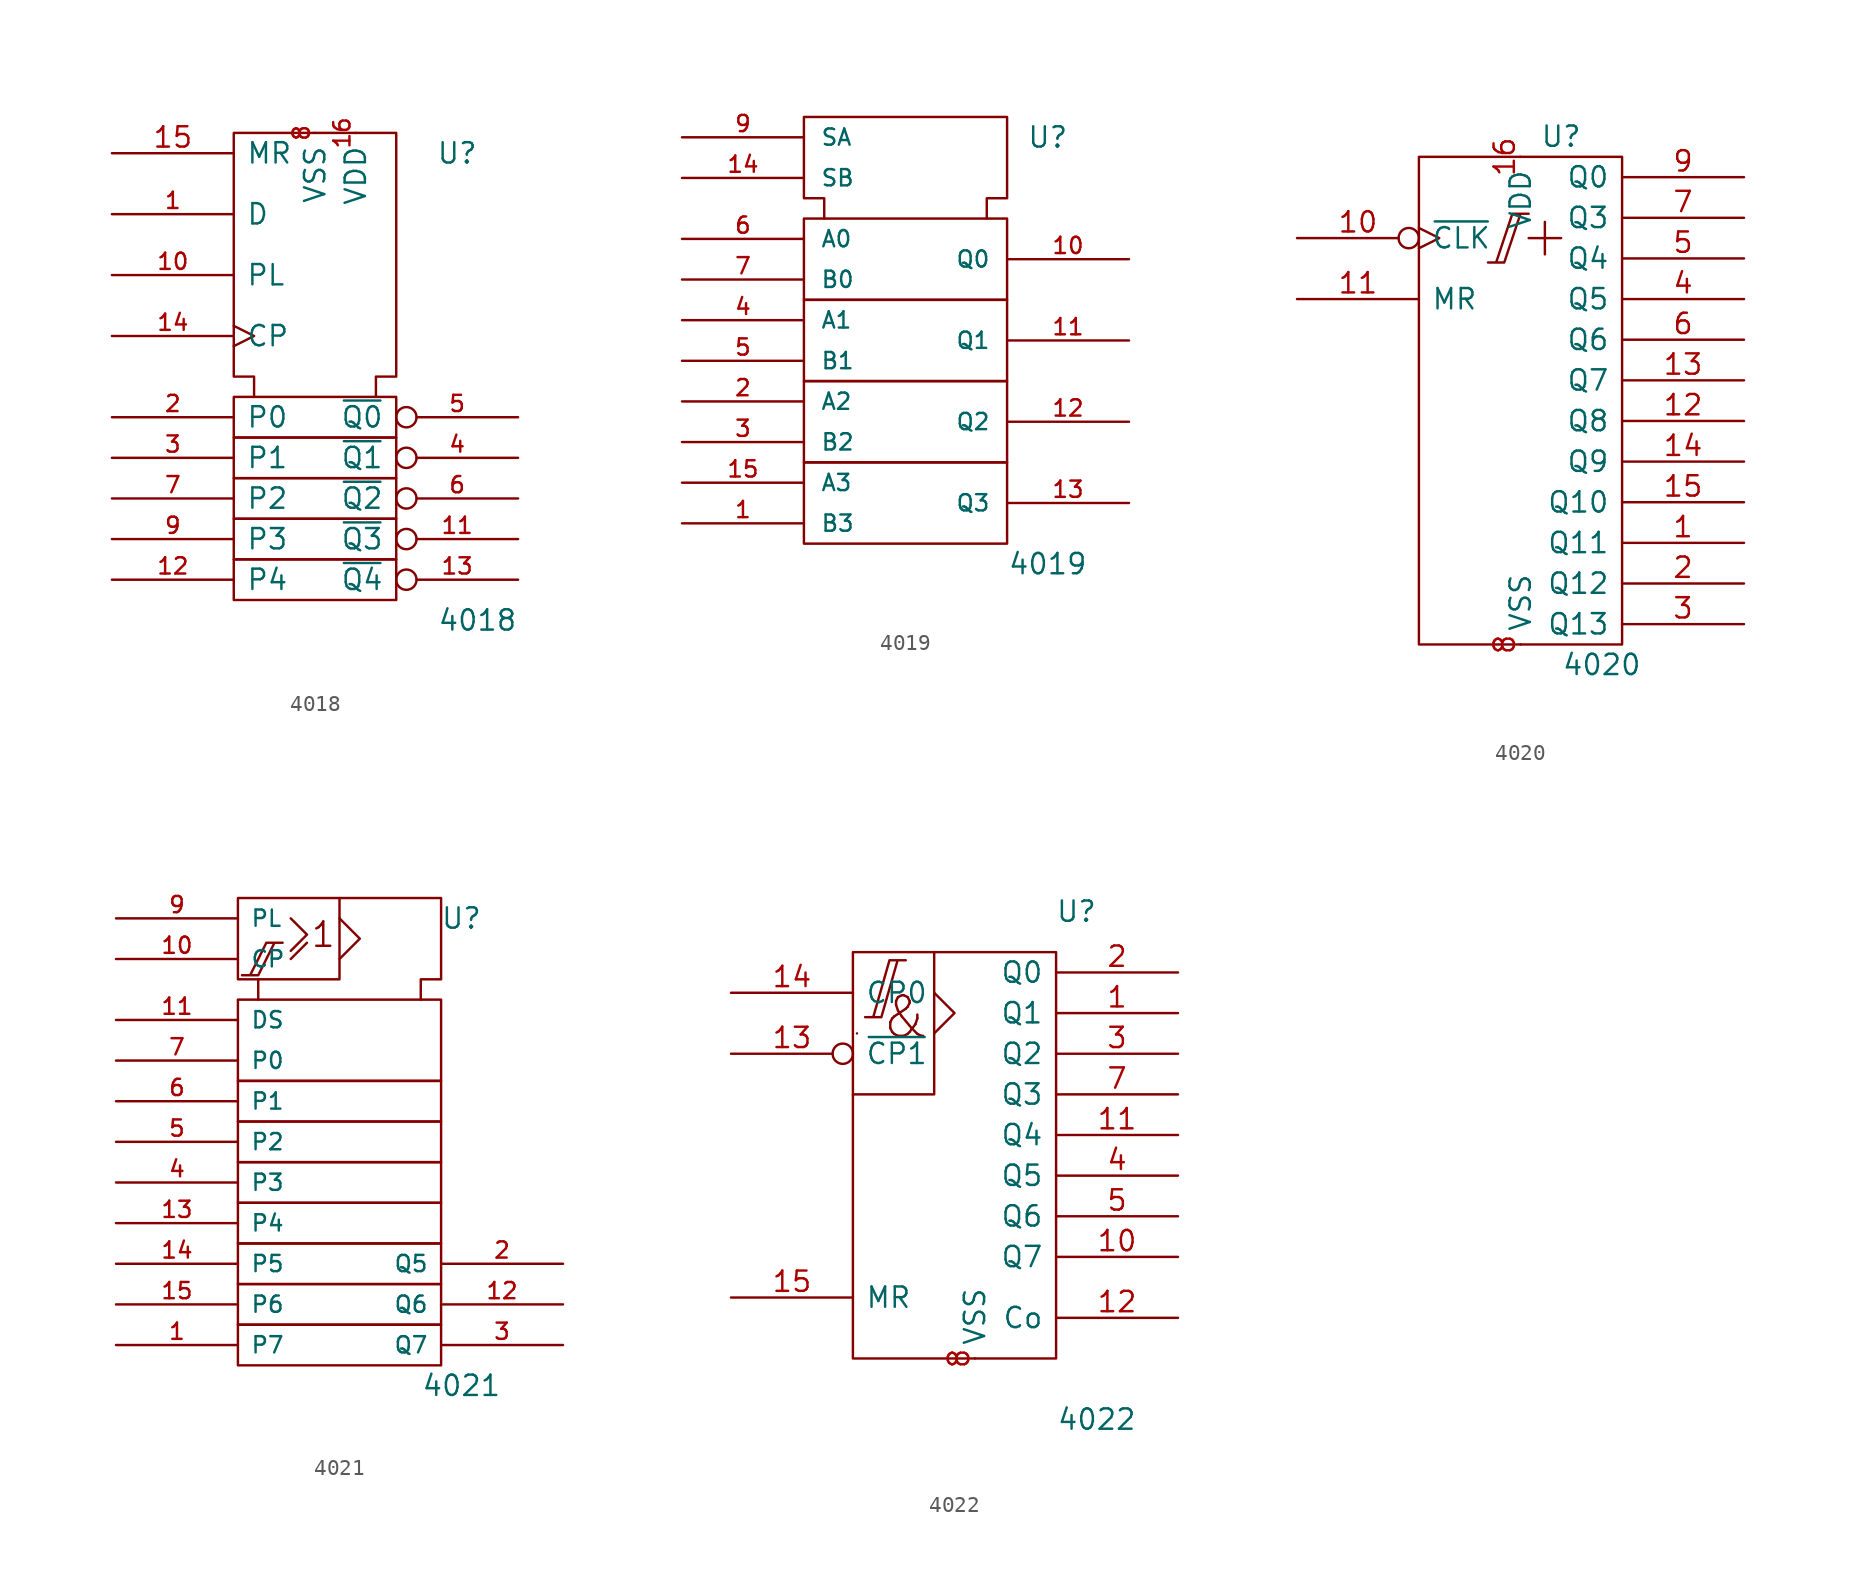
<source format=kicad_sym>
(kicad_symbol_lib
  (version 20201005)
  (generator kicad_symbol_editor)
  (symbol "4018"
    (pin_names
      (offset 0.762))
    (property "Reference" "U"
      (at 8.89 11.43 0)
      (effects (font (size 1.27 1.27))))
    (property "Value" "4018"
      (at 10.16 -17.78 0)
      (effects (font (size 1.27 1.27))))
    (symbol "4018_0_1"
      (rectangle (start -5.08 -13.97) (end 5.08 -16.51) (stroke (width 0)) (fill (type none)))
      (rectangle (start -5.08 -11.43) (end 5.08 -13.97) (stroke (width 0)) (fill (type none)))
      (rectangle (start -5.08 -8.89) (end 5.08 -11.43) (stroke (width 0)) (fill (type none)))
      (rectangle (start -5.08 -6.35) (end 5.08 -8.89) (stroke (width 0)) (fill (type none)))
      (rectangle (start -5.08 -3.81) (end 5.08 -6.35) (stroke (width 0)) (fill (type none)))
      (polyline (pts (xy -3.81 -3.81) (xy -3.81 -2.54) (xy -5.08 -2.54) (xy -5.08 12.7) (xy 5.08 12.7) (xy 5.08 -2.54) (xy 3.81 -2.54) (xy 3.81 -3.81) (xy 3.81 -3.81)) (stroke (width 0)) (fill (type none))))
    (symbol "4018_1_1"
      (pin input line (at -12.7 7.62 0) (length 7.62) (name "D" (effects (font (size 1.27 1.27)))) (number "1" (effects (font (size 1.016 1.016)))))
      (pin input line (at -12.7 3.81 0) (length 7.62) (name "PL" (effects (font (size 1.27 1.27)))) (number "10" (effects (font (size 1.016 1.016)))))
      (pin output inverted (at 12.7 -12.7 180) (length 7.62) (name "~Q3" (effects (font (size 1.27 1.27)))) (number "11" (effects (font (size 1.016 1.016)))))
      (pin input line (at -12.7 -15.24 0) (length 7.62) (name "P4" (effects (font (size 1.27 1.27)))) (number "12" (effects (font (size 1.016 1.016)))))
      (pin output inverted (at 12.7 -15.24 180) (length 7.62) (name "~Q4" (effects (font (size 1.27 1.27)))) (number "13" (effects (font (size 1.016 1.016)))))
      (pin input clock (at -12.7 0 0) (length 7.62) (name "CP" (effects (font (size 1.27 1.27)))) (number "14" (effects (font (size 1.016 1.016)))))
      (pin input line (at -12.7 11.43 0) (length 7.62) (name "MR" (effects (font (size 1.27 1.27)))) (number "15" (effects (font (size 1.27 1.27)))))
      (pin power_in line (at 2.54 12.7 270) (length 0) (name "VDD" (effects (font (size 1.27 1.27)))) (number "16" (effects (font (size 1.016 1.016)))))
      (pin input line (at -12.7 -5.08 0) (length 7.62) (name "P0" (effects (font (size 1.27 1.27)))) (number "2" (effects (font (size 1.016 1.016)))))
      (pin input line (at -12.7 -7.62 0) (length 7.62) (name "P1" (effects (font (size 1.27 1.27)))) (number "3" (effects (font (size 1.016 1.016)))))
      (pin output inverted (at 12.7 -7.62 180) (length 7.62) (name "~Q1" (effects (font (size 1.27 1.27)))) (number "4" (effects (font (size 1.016 1.016)))))
      (pin output inverted (at 12.7 -5.08 180) (length 7.62) (name "~Q0" (effects (font (size 1.27 1.27)))) (number "5" (effects (font (size 1.016 1.016)))))
      (pin output inverted (at 12.7 -10.16 180) (length 7.62) (name "~Q2" (effects (font (size 1.27 1.27)))) (number "6" (effects (font (size 1.016 1.016)))))
      (pin input line (at -12.7 -10.16 0) (length 7.62) (name "P2" (effects (font (size 1.27 1.27)))) (number "7" (effects (font (size 1.016 1.016)))))
      (pin power_in line (at 0 12.7 270) (length 0) (name "VSS" (effects (font (size 1.27 1.27)))) (number "8" (effects (font (size 1.016 1.016)))))
      (pin input line (at -12.7 -12.7 0) (length 7.62) (name "P3" (effects (font (size 1.27 1.27)))) (number "9" (effects (font (size 1.016 1.016)))))))
  (symbol "4019"
    (pin_names
      (offset 1.016))
    (property "Reference" "U"
      (at 8.89 10.16 0)
      (effects (font (size 1.27 1.27))))
    (property "Value" "4019"
      (at 8.89 -16.51 0)
      (effects (font (size 1.27 1.27))))
    (symbol "4019_0_1"
      (rectangle (start -6.35 -10.16) (end 6.35 -15.24) (stroke (width 0)) (fill (type none)))
      (rectangle (start -6.35 -5.08) (end 6.35 -10.16) (stroke (width 0)) (fill (type none)))
      (rectangle (start -6.35 0) (end 6.35 -5.08) (stroke (width 0)) (fill (type none)))
      (rectangle (start -6.35 0) (end 6.35 5.08) (stroke (width 0)) (fill (type none)))
      (polyline (pts (xy -5.08 5.08) (xy -5.08 6.35) (xy -6.35 6.35) (xy -6.35 11.43) (xy 6.35 11.43) (xy 6.35 6.35) (xy 5.08 6.35) (xy 5.08 5.08) (xy 5.08 5.08)) (stroke (width 0)) (fill (type none)))
      (pin power_in line (at 3.81 11.43 270) (length 0) hide (name "Vdd" (effects (font (size 1.016 1.016)))) (number "16" (effects (font (size 1.016 1.016)))))
      (pin power_in line (at 0 11.43 270) (length 0) hide (name "Vss" (effects (font (size 1.016 1.016)))) (number "8" (effects (font (size 1.016 1.016))))))
    (symbol "4019_1_1"
      (pin input line (at -13.97 -13.97 0) (length 7.62) (name "B3" (effects (font (size 1.016 1.016)))) (number "1" (effects (font (size 1.016 1.016)))))
      (pin output line (at 13.97 2.54 180) (length 7.62) (name "Q0" (effects (font (size 1.016 1.016)))) (number "10" (effects (font (size 1.016 1.016)))))
      (pin output line (at 13.97 -2.54 180) (length 7.62) (name "Q1" (effects (font (size 1.016 1.016)))) (number "11" (effects (font (size 1.016 1.016)))))
      (pin output line (at 13.97 -7.62 180) (length 7.62) (name "Q2" (effects (font (size 1.016 1.016)))) (number "12" (effects (font (size 1.016 1.016)))))
      (pin output line (at 13.97 -12.7 180) (length 7.62) (name "Q3" (effects (font (size 1.016 1.016)))) (number "13" (effects (font (size 1.016 1.016)))))
      (pin input line (at -13.97 7.62 0) (length 7.62) (name "SB" (effects (font (size 1.016 1.016)))) (number "14" (effects (font (size 1.016 1.016)))))
      (pin input line (at -13.97 -11.43 0) (length 7.62) (name "A3" (effects (font (size 1.016 1.016)))) (number "15" (effects (font (size 1.016 1.016)))))
      (pin input line (at -13.97 -6.35 0) (length 7.62) (name "A2" (effects (font (size 1.016 1.016)))) (number "2" (effects (font (size 1.016 1.016)))))
      (pin input line (at -13.97 -8.89 0) (length 7.62) (name "B2" (effects (font (size 1.016 1.016)))) (number "3" (effects (font (size 1.016 1.016)))))
      (pin input line (at -13.97 -1.27 0) (length 7.62) (name "A1" (effects (font (size 1.016 1.016)))) (number "4" (effects (font (size 1.016 1.016)))))
      (pin input line (at -13.97 -3.81 0) (length 7.62) (name "B1" (effects (font (size 1.016 1.016)))) (number "5" (effects (font (size 1.016 1.016)))))
      (pin input line (at -13.97 3.81 0) (length 7.62) (name "A0" (effects (font (size 1.016 1.016)))) (number "6" (effects (font (size 1.016 1.016)))))
      (pin input line (at -13.97 1.27 0) (length 7.62) (name "B0" (effects (font (size 1.016 1.016)))) (number "7" (effects (font (size 1.016 1.016)))))
      (pin input line (at -13.97 10.16 0) (length 7.62) (name "SA" (effects (font (size 1.016 1.016)))) (number "9" (effects (font (size 1.016 1.016)))))))
  (symbol "4020"
    (pin_names
      (offset 0.762))
    (property "Reference" "U"
      (at 2.54 16.51 0)
      (effects (font (size 1.27 1.27))))
    (property "Value" "4020"
      (at 5.08 -16.51 0)
      (effects (font (size 1.27 1.27))))
    (symbol "4020_0_0"
      (rectangle (start -6.35 15.24) (end 6.35 -15.24) (stroke (width 0)) (fill (type none)))
      (polyline (pts (xy 0.508 10.16) (xy 2.54 10.16) (xy 2.54 10.16)) (stroke (width 0)) (fill (type none)))
      (polyline (pts (xy 1.524 11.176) (xy 1.524 9.144) (xy 1.524 9.144)) (stroke (width 0)) (fill (type none)))
      (polyline (pts (xy -2.032 8.636) (xy -1.016 8.636) (xy 0 11.684) (xy 0.508 11.684) (xy -0.508 11.684) (xy -1.524 8.636) (xy -1.524 8.636)) (stroke (width 0)) (fill (type none)))
      (pin power_in line (at 0 15.24 270) (length 0) (name "VDD" (effects (font (size 1.27 1.27)))) (number "16" (effects (font (size 1.27 1.27)))))
      (pin power_in line (at 0 -15.24 90) (length 0) (name "VSS" (effects (font (size 1.27 1.27)))) (number "8" (effects (font (size 1.27 1.27))))))
    (symbol "4020_1_1"
      (pin output line (at 13.97 -8.89 180) (length 7.62) (name "Q11" (effects (font (size 1.27 1.27)))) (number "1" (effects (font (size 1.27 1.27)))))
      (pin input inverted_clock (at -13.97 10.16 0) (length 7.62) (name "~CLK" (effects (font (size 1.27 1.27)))) (number "10" (effects (font (size 1.27 1.27)))))
      (pin input line (at -13.97 6.35 0) (length 7.62) (name "MR" (effects (font (size 1.27 1.27)))) (number "11" (effects (font (size 1.27 1.27)))))
      (pin output line (at 13.97 -1.27 180) (length 7.62) (name "Q8" (effects (font (size 1.27 1.27)))) (number "12" (effects (font (size 1.27 1.27)))))
      (pin output line (at 13.97 1.27 180) (length 7.62) (name "Q7" (effects (font (size 1.27 1.27)))) (number "13" (effects (font (size 1.27 1.27)))))
      (pin output line (at 13.97 -3.81 180) (length 7.62) (name "Q9" (effects (font (size 1.27 1.27)))) (number "14" (effects (font (size 1.27 1.27)))))
      (pin output line (at 13.97 -6.35 180) (length 7.62) (name "Q10" (effects (font (size 1.27 1.27)))) (number "15" (effects (font (size 1.27 1.27)))))
      (pin output line (at 13.97 -11.43 180) (length 7.62) (name "Q12" (effects (font (size 1.27 1.27)))) (number "2" (effects (font (size 1.27 1.27)))))
      (pin output line (at 13.97 -13.97 180) (length 7.62) (name "Q13" (effects (font (size 1.27 1.27)))) (number "3" (effects (font (size 1.27 1.27)))))
      (pin output line (at 13.97 6.35 180) (length 7.62) (name "Q5" (effects (font (size 1.27 1.27)))) (number "4" (effects (font (size 1.27 1.27)))))
      (pin output line (at 13.97 8.89 180) (length 7.62) (name "Q4" (effects (font (size 1.27 1.27)))) (number "5" (effects (font (size 1.27 1.27)))))
      (pin output line (at 13.97 3.81 180) (length 7.62) (name "Q6" (effects (font (size 1.27 1.27)))) (number "6" (effects (font (size 1.27 1.27)))))
      (pin output line (at 13.97 11.43 180) (length 7.62) (name "Q3" (effects (font (size 1.27 1.27)))) (number "7" (effects (font (size 1.27 1.27)))))
      (pin output line (at 13.97 13.97 180) (length 7.62) (name "Q0" (effects (font (size 1.27 1.27)))) (number "9" (effects (font (size 1.27 1.27)))))))
  (symbol "4021"
    (pin_names
      (offset 0.762))
    (property "Reference" "U"
      (at 7.62 7.62 0)
      (effects (font (size 1.27 1.27))))
    (property "Value" "4021"
      (at 7.62 -21.59 0)
      (effects (font (size 1.27 1.27))))
    (symbol "4021_0_0"
      (text "1" (at -1.016 6.604 0) (effects (font (size 1.524 1.524))))
      (polyline (pts (xy -6.096 4.064) (xy -5.08 4.064) (xy -4.064 6.096) (xy -3.556 6.096) (xy -4.572 6.096) (xy -5.588 4.064) (xy -5.588 4.064)) (stroke (width 0)) (fill (type none))))
    (symbol "4021_0_1"
      (rectangle (start -6.35 -17.78) (end 6.35 -20.32) (stroke (width 0)) (fill (type none)))
      (rectangle (start -6.35 -15.24) (end 6.35 -17.78) (stroke (width 0)) (fill (type none)))
      (rectangle (start -6.35 -12.7) (end 6.35 -15.24) (stroke (width 0)) (fill (type none)))
      (rectangle (start -6.35 -10.16) (end 6.35 -12.7) (stroke (width 0)) (fill (type none)))
      (rectangle (start -6.35 -7.62) (end 6.35 -10.16) (stroke (width 0)) (fill (type none)))
      (rectangle (start -6.35 -5.08) (end 6.35 -7.62) (stroke (width 0)) (fill (type none)))
      (rectangle (start -6.35 -2.54) (end 6.35 -5.08) (stroke (width 0)) (fill (type none)))
      (rectangle (start -6.35 2.54) (end 6.35 -2.54) (stroke (width 0)) (fill (type none)))
      (polyline (pts (xy -3.048 5.08) (xy -2.032 6.096) (xy -2.032 6.096)) (stroke (width 0)) (fill (type none)))
      (polyline (pts (xy -3.048 7.62) (xy -2.032 6.604) (xy -3.048 5.588) (xy -3.048 5.588)) (stroke (width 0)) (fill (type none)))
      (polyline (pts (xy 0 7.62) (xy 1.27 6.35) (xy 0 5.08) (xy 0 5.08)) (stroke (width 0)) (fill (type none)))
      (polyline (pts (xy 0 8.89) (xy 0 3.81) (xy -5.08 3.81) (xy -5.08 3.81)) (stroke (width 0)) (fill (type none)))
      (polyline (pts (xy -5.08 2.54) (xy -5.08 3.81) (xy -6.35 3.81) (xy -6.35 8.89) (xy 6.35 8.89) (xy 6.35 3.81) (xy 5.08 3.81) (xy 5.08 2.54) (xy 5.08 2.54)) (stroke (width 0)) (fill (type none)))
      (pin power_in line (at 3.81 8.89 270) (length 0) hide (name "Vdd" (effects (font (size 1.016 1.016)))) (number "16" (effects (font (size 1.016 1.016)))))
      (pin power_in line (at 1.27 8.89 270) (length 0) hide (name "Vss" (effects (font (size 1.016 1.016)))) (number "8" (effects (font (size 1.016 1.016))))))
    (symbol "4021_1_1"
      (pin input line (at -13.97 -19.05 0) (length 7.62) (name "P7" (effects (font (size 1.016 1.016)))) (number "1" (effects (font (size 1.016 1.016)))))
      (pin output line (at -13.97 5.08 0) (length 7.62) (name "CP" (effects (font (size 1.016 1.016)))) (number "10" (effects (font (size 1.016 1.016)))))
      (pin output line (at -13.97 1.27 0) (length 7.62) (name "DS" (effects (font (size 1.016 1.016)))) (number "11" (effects (font (size 1.016 1.016)))))
      (pin output line (at 13.97 -16.51 180) (length 7.62) (name "Q6" (effects (font (size 1.016 1.016)))) (number "12" (effects (font (size 1.016 1.016)))))
      (pin input line (at -13.97 -11.43 0) (length 7.62) (name "P4" (effects (font (size 1.016 1.016)))) (number "13" (effects (font (size 1.016 1.016)))))
      (pin input line (at -13.97 -13.97 0) (length 7.62) (name "P5" (effects (font (size 1.016 1.016)))) (number "14" (effects (font (size 1.016 1.016)))))
      (pin input line (at -13.97 -16.51 0) (length 7.62) (name "P6" (effects (font (size 1.016 1.016)))) (number "15" (effects (font (size 1.016 1.016)))))
      (pin output line (at 13.97 -13.97 180) (length 7.62) (name "Q5" (effects (font (size 1.016 1.016)))) (number "2" (effects (font (size 1.016 1.016)))))
      (pin output line (at 13.97 -19.05 180) (length 7.62) (name "Q7" (effects (font (size 1.016 1.016)))) (number "3" (effects (font (size 1.016 1.016)))))
      (pin input line (at -13.97 -8.89 0) (length 7.62) (name "P3" (effects (font (size 1.016 1.016)))) (number "4" (effects (font (size 1.016 1.016)))))
      (pin input line (at -13.97 -6.35 0) (length 7.62) (name "P2" (effects (font (size 1.016 1.016)))) (number "5" (effects (font (size 1.016 1.016)))))
      (pin input line (at -13.97 -3.81 0) (length 7.62) (name "P1" (effects (font (size 1.016 1.016)))) (number "6" (effects (font (size 1.016 1.016)))))
      (pin input line (at -13.97 -1.27 0) (length 7.62) (name "P0" (effects (font (size 1.016 1.016)))) (number "7" (effects (font (size 1.016 1.016)))))
      (pin output line (at -13.97 7.62 0) (length 7.62) (name "PL" (effects (font (size 1.016 1.016)))) (number "9" (effects (font (size 1.016 1.016)))))))
  (symbol "4022"
    (pin_names
      (offset 0.762))
    (property "Reference" "U"
      (at 7.62 15.24 0)
      (effects (font (size 1.27 1.27))))
    (property "Value" "4022"
      (at 8.89 -16.51 0)
      (effects (font (size 1.27 1.27))))
    (symbol "4022_0_0"
      (text "&" (at -3.048 8.636 0) (effects (font (size 2.54 2.54))))
      (polyline (pts (xy -6.096 7.62) (xy -6.096 7.62) (xy -6.096 7.62) (xy -6.096 7.62)) (stroke (width 0)) (fill (type none)))
      (polyline (pts (xy -1.27 10.16) (xy 0 8.89) (xy -1.27 7.62) (xy -1.27 7.62)) (stroke (width 0)) (fill (type none)))
      (polyline (pts (xy -1.27 12.7) (xy -1.27 3.81) (xy -6.35 3.81) (xy -6.35 3.81)) (stroke (width 0)) (fill (type none)))
      (polyline (pts (xy -5.588 8.636) (xy -4.572 8.636) (xy -3.556 12.192) (xy -3.048 12.192) (xy -4.064 12.192) (xy -5.08 8.636) (xy -5.08 8.636)) (stroke (width 0)) (fill (type none)))
      (pin power_in line (at 1.27 12.7 270) (length 0) hide (name "VDD" (effects (font (size 1.27 1.27)))) (number "16" (effects (font (size 1.27 1.27)))))
      (pin power_in line (at 1.27 -12.7 90) (length 0) (name "VSS" (effects (font (size 1.27 1.27)))) (number "8" (effects (font (size 1.27 1.27))))))
    (symbol "4022_0_1"
      (rectangle (start -6.35 12.7) (end 6.35 -12.7) (stroke (width 0)) (fill (type none))))
    (symbol "4022_1_1"
      (pin output line (at 13.97 8.89 180) (length 7.62) (name "Q1" (effects (font (size 1.27 1.27)))) (number "1" (effects (font (size 1.27 1.27)))))
      (pin output line (at 13.97 -6.35 180) (length 7.62) (name "Q7" (effects (font (size 1.27 1.27)))) (number "10" (effects (font (size 1.27 1.27)))))
      (pin output line (at 13.97 1.27 180) (length 7.62) (name "Q4" (effects (font (size 1.27 1.27)))) (number "11" (effects (font (size 1.27 1.27)))))
      (pin output line (at 13.97 -10.16 180) (length 7.62) (name "Co" (effects (font (size 1.27 1.27)))) (number "12" (effects (font (size 1.27 1.27)))))
      (pin input inverted (at -13.97 6.35 0) (length 7.62) (name "~CP1" (effects (font (size 1.27 1.27)))) (number "13" (effects (font (size 1.27 1.27)))))
      (pin output line (at -13.97 10.16 0) (length 7.62) (name "CP0" (effects (font (size 1.27 1.27)))) (number "14" (effects (font (size 1.27 1.27)))))
      (pin input line (at -13.97 -8.89 0) (length 7.62) (name "MR" (effects (font (size 1.27 1.27)))) (number "15" (effects (font (size 1.27 1.27)))))
      (pin output line (at 13.97 11.43 180) (length 7.62) (name "Q0" (effects (font (size 1.27 1.27)))) (number "2" (effects (font (size 1.27 1.27)))))
      (pin output line (at 13.97 6.35 180) (length 7.62) (name "Q2" (effects (font (size 1.27 1.27)))) (number "3" (effects (font (size 1.27 1.27)))))
      (pin output line (at 13.97 -1.27 180) (length 7.62) (name "Q5" (effects (font (size 1.27 1.27)))) (number "4" (effects (font (size 1.27 1.27)))))
      (pin output line (at 13.97 -3.81 180) (length 7.62) (name "Q6" (effects (font (size 1.27 1.27)))) (number "5" (effects (font (size 1.27 1.27)))))
      (pin output line (at 13.97 3.81 180) (length 7.62) (name "Q3" (effects (font (size 1.27 1.27)))) (number "7" (effects (font (size 1.27 1.27))))))))
</source>
